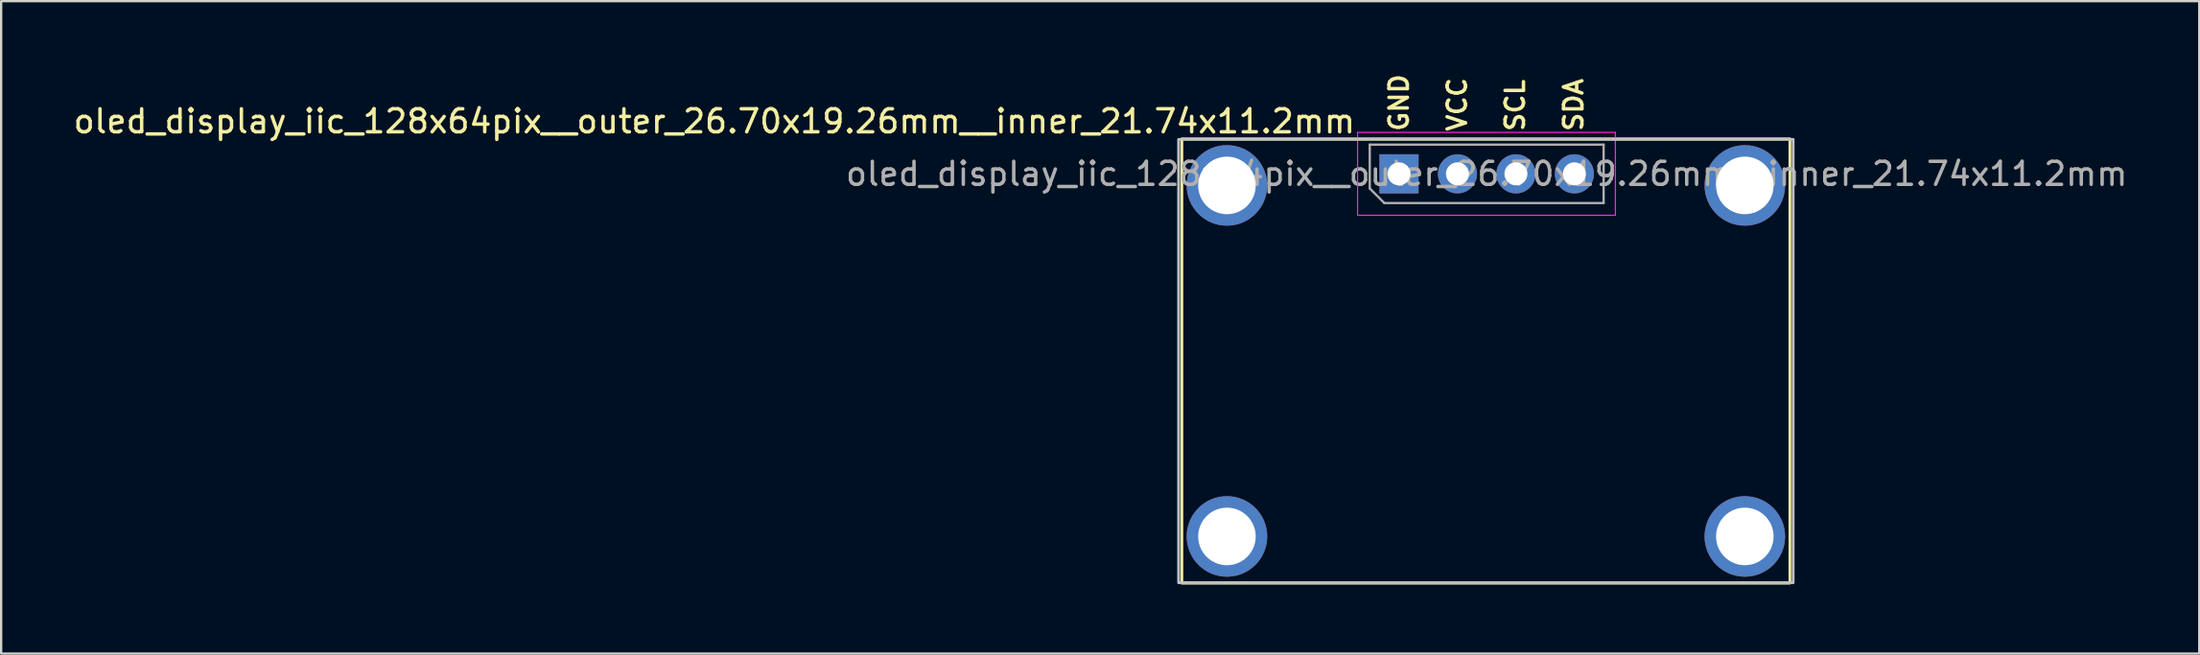
<source format=kicad_pcb>
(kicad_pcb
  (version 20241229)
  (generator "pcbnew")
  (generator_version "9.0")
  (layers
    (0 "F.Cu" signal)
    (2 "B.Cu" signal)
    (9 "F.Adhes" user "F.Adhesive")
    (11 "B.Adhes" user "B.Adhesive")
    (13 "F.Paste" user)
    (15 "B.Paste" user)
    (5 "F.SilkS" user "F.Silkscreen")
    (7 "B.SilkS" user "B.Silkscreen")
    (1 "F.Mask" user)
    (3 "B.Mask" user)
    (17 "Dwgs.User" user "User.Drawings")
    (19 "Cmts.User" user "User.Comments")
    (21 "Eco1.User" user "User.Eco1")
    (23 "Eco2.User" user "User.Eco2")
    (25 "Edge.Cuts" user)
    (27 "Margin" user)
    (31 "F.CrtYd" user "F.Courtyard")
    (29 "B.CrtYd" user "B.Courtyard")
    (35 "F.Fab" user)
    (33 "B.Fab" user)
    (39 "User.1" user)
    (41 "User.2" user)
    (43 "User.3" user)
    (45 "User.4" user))
  (footprint "oled_display_iic_128x64pix__outer_26.70x19.26mm__inner_21.74x11.2mm"
    (layer "F.Cu")
    (at 61.505 4.506)
    (property "Reference" "oled_display_iic_128x64pix__outer_26.70x19.26mm__inner_21.74x11.2mm" (at -5.588 -2.286 180) (layer "F.SilkS") (effects (font (size 1 1) (thickness 0.15)) (justify right)))
    (attr through_hole)
    (fp_rect (start -13.208 -1.524) (end 13.208 17.78) (stroke (width 0.12) (type solid)) (fill no) (layer "F.SilkS"))
    (fp_rect (start -13.35 -1.5) (end 13.35 17.76) (stroke (width 0.12) (type solid)) (fill no) (layer "Dwgs.User"))
    (fp_line (start -5.575 -1.803) (end -5.575 1.797) (stroke (width 0.05) (type solid)) (layer "F.CrtYd"))
    (fp_line (start -5.575 1.797) (end 5.625 1.797) (stroke (width 0.05) (type solid)) (layer "F.CrtYd"))
    (fp_line (start 5.625 -1.803) (end -5.575 -1.803) (stroke (width 0.05) (type solid)) (layer "F.CrtYd"))
    (fp_line (start 5.625 1.797) (end 5.625 -1.803) (stroke (width 0.05) (type solid)) (layer "F.CrtYd"))
    (fp_line (start -5.045 -1.273) (end 5.115 -1.273) (stroke (width 0.1) (type solid)) (layer "F.Fab"))
    (fp_line (start -5.045 0.632) (end -5.045 -1.273) (stroke (width 0.1) (type solid)) (layer "F.Fab"))
    (fp_line (start -4.41 1.267) (end -5.045 0.632) (stroke (width 0.1) (type solid)) (layer "F.Fab"))
    (fp_line (start 5.115 -1.273) (end 5.115 1.267) (stroke (width 0.1) (type solid)) (layer "F.Fab"))
    (fp_line (start 5.115 1.267) (end -4.41 1.267) (stroke (width 0.1) (type solid)) (layer "F.Fab"))
    (fp_text user "GND" (at -3.775 -1.778 90) (unlocked yes) (layer "F.SilkS") (effects (font (size 0.8 0.8) (thickness 0.15)) (justify left)))
    (fp_text user "SDA" (at 3.81 -1.778 90) (unlocked yes) (layer "F.SilkS") (effects (font (size 0.8 0.8) (thickness 0.15)) (justify left)))
    (fp_text user "SCL" (at 1.27 -1.778 90) (unlocked yes) (layer "F.SilkS") (effects (font (size 0.8 0.8) (thickness 0.15)) (justify left)))
    (fp_text user "VCC" (at -1.25 -1.778 90) (unlocked yes) (layer "F.SilkS") (effects (font (size 0.8 0.8) (thickness 0.15)) (justify left)))
    (fp_text user "${REFERENCE}" (at 0.035 -0.003 180) (layer "F.Fab") (effects (font (size 1 1) (thickness 0.15))))
    (pad "0" thru_hole circle (at -11.25 0.5) (size 3.5 3.5) (drill 2.5) (layers "*.Cu" "*.Mask"))
    (pad "0" thru_hole circle (at -11.25 15.75) (size 3.5 3.5) (drill 2.5) (layers "*.Cu" "*.Mask"))
    (pad "0" thru_hole circle (at 11.25 0.5) (size 3.5 3.5) (drill 2.5) (layers "*.Cu" "*.Mask"))
    (pad "0" thru_hole circle (at 11.25 15.75) (size 3.5 3.5) (drill 2.5) (layers "*.Cu" "*.Mask"))
    (pad "1" thru_hole rect (at -3.775 -0.003 90) (size 1.7 1.7) (drill 1) (layers "*.Cu" "*.Mask"))
    (pad "2" thru_hole oval (at -1.235 -0.003 90) (size 1.7 1.7) (drill 1) (layers "*.Cu" "*.Mask"))
    (pad "3" thru_hole oval (at 1.305 -0.003 90) (size 1.7 1.7) (drill 1) (layers "*.Cu" "*.Mask"))
    (pad "4" thru_hole oval (at 3.845 -0.003 90) (size 1.7 1.7) (drill 1) (layers "*.Cu" "*.Mask")))
  (gr_rect
    (start -3 -3)
    (end 92.498 25.346)
    (stroke (width 0.1) (type default))
    (fill no)
    (layer "Edge.Cuts")))
</source>
